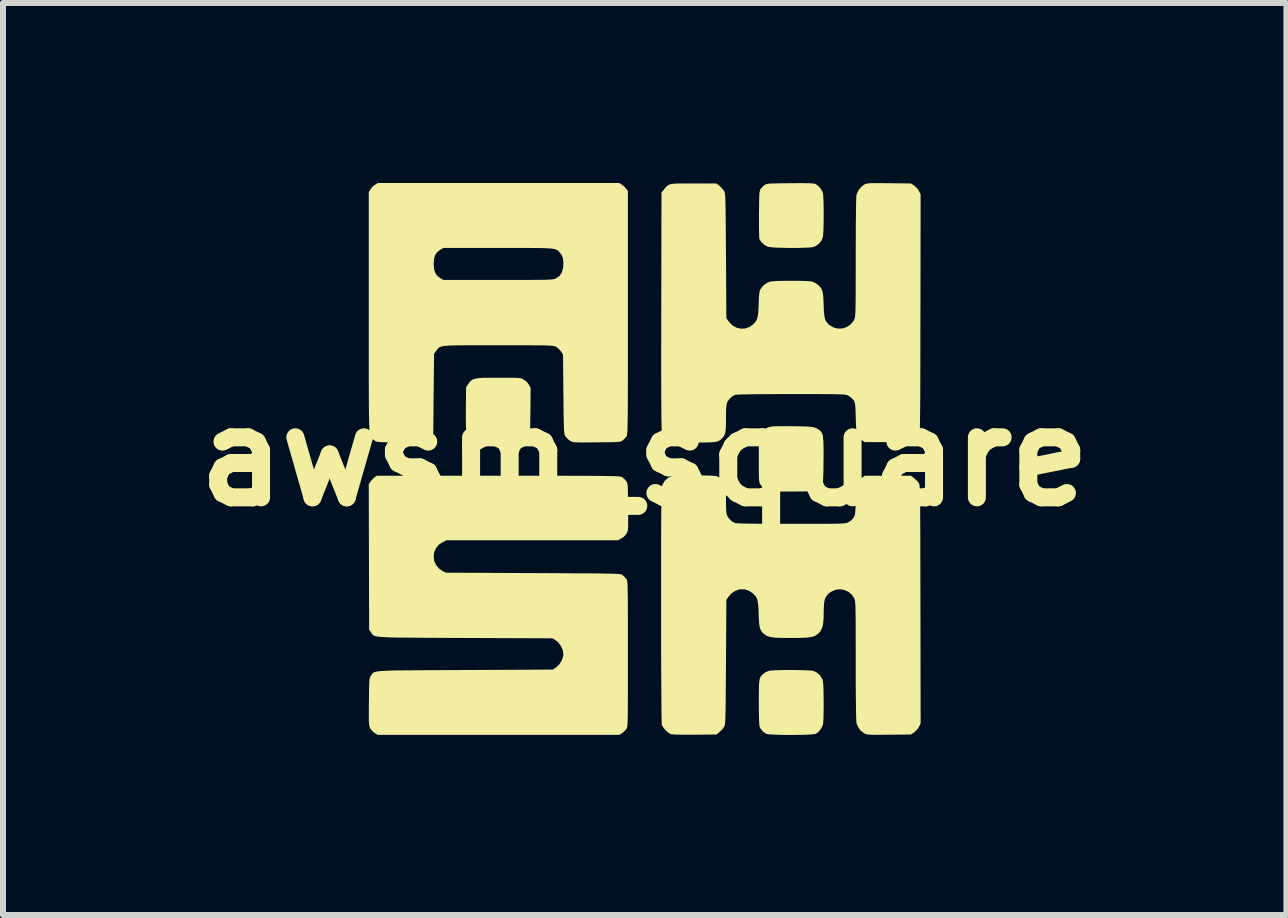
<source format=kicad_pcb>
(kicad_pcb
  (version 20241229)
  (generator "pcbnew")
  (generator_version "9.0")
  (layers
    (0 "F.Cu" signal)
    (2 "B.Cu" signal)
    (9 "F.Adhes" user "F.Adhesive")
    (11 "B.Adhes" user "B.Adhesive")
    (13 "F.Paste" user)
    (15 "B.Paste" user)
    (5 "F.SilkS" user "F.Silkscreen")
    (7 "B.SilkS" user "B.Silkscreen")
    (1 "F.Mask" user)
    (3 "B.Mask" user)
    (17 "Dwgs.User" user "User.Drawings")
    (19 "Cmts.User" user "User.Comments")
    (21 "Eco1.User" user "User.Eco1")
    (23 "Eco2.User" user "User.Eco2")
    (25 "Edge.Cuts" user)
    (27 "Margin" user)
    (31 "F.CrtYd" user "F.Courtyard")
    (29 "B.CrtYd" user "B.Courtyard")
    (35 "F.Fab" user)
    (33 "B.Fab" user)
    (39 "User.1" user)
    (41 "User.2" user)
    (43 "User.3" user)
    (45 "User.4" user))
  (footprint "awsm_square"
    (layer "F.Cu")
    (at 7.693 4.559)
    (property "Reference" "awsm_square" (at 0 0 0) (layer "F.SilkS") (effects (font (size 1.5 1.5) (thickness 0.3))))
    (attr board_only exclude_from_pos_files exclude_from_bom)
    (fp_poly (pts (xy -2.33 -1.315) (xy -2.246 -1.315) (xy -2.182 -1.314) (xy -2.133 -1.312) (xy -2.097 -1.309) (xy -2.071 -1.305) (xy -2.05 -1.3) (xy -2.032 -1.292) (xy -2.023 -1.288) (xy -1.965 -1.246) (xy -1.934 -1.205) (xy -1.901 -1.149) (xy -1.904 -0.76) (xy -1.906 -0.649) (xy -1.907 -0.561) (xy -1.908 -0.493) (xy -1.91 -0.442) (xy -1.913 -0.405) (xy -1.916 -0.379) (xy -1.921 -0.36) (xy -1.928 -0.346) (xy -1.936 -0.333) (xy -1.939 -0.329) (xy -1.971 -0.294) (xy -2.012 -0.264) (xy -2.02 -0.26) (xy -2.036 -0.253) (xy -2.054 -0.247) (xy -2.078 -0.242) (xy -2.109 -0.239) (xy -2.153 -0.237) (xy -2.211 -0.236) (xy -2.287 -0.235) (xy -2.385 -0.235) (xy -2.439 -0.235) (xy -2.55 -0.235) (xy -2.638 -0.236) (xy -2.706 -0.237) (xy -2.757 -0.239) (xy -2.795 -0.242) (xy -2.821 -0.247) (xy -2.841 -0.252) (xy -2.85 -0.256) (xy -2.908 -0.299) (xy -2.952 -0.359) (xy -2.97 -0.405) (xy -2.975 -0.438) (xy -2.978 -0.495) (xy -2.98 -0.575) (xy -2.981 -0.676) (xy -2.98 -0.797) (xy -2.98 -0.806) (xy -2.976 -1.155) (xy -2.94 -1.21) (xy -2.92 -1.239) (xy -2.899 -1.262) (xy -2.875 -1.279) (xy -2.845 -1.293) (xy -2.805 -1.302) (xy -2.753 -1.309) (xy -2.685 -1.313) (xy -2.599 -1.314) (xy -2.491 -1.315) (xy -2.437 -1.315)) (stroke (width 0) (type solid)) (fill yes) (layer "F.SilkS"))
    (fp_poly (pts (xy 2.476 3.556) (xy 2.564 3.557) (xy 2.646 3.559) (xy 2.716 3.562) (xy 2.771 3.565) (xy 2.805 3.57) (xy 2.807 3.57) (xy 2.87 3.599) (xy 2.924 3.647) (xy 2.96 3.707) (xy 2.969 3.732) (xy 2.973 3.764) (xy 2.977 3.817) (xy 2.98 3.886) (xy 2.981 3.967) (xy 2.982 4.055) (xy 2.983 4.145) (xy 2.982 4.233) (xy 2.98 4.314) (xy 2.978 4.383) (xy 2.974 4.437) (xy 2.97 4.469) (xy 2.969 4.471) (xy 2.942 4.53) (xy 2.899 4.584) (xy 2.852 4.618) (xy 2.827 4.624) (xy 2.78 4.629) (xy 2.716 4.633) (xy 2.638 4.636) (xy 2.551 4.637) (xy 2.459 4.638) (xy 2.366 4.638) (xy 2.276 4.637) (xy 2.194 4.634) (xy 2.123 4.631) (xy 2.068 4.627) (xy 2.033 4.621) (xy 2.025 4.619) (xy 1.97 4.581) (xy 1.927 4.527) (xy 1.916 4.503) (xy 1.911 4.478) (xy 1.908 4.428) (xy 1.905 4.357) (xy 1.903 4.265) (xy 1.902 4.155) (xy 1.902 4.095) (xy 1.902 3.98) (xy 1.903 3.889) (xy 1.904 3.817) (xy 1.908 3.762) (xy 1.913 3.72) (xy 1.922 3.689) (xy 1.933 3.665) (xy 1.948 3.646) (xy 1.967 3.628) (xy 1.98 3.617) (xy 2.02 3.59) (xy 2.065 3.571) (xy 2.068 3.57) (xy 2.098 3.565) (xy 2.15 3.562) (xy 2.218 3.559) (xy 2.298 3.557) (xy 2.386 3.556)) (stroke (width 0) (type solid)) (fill yes) (layer "F.SilkS"))
    (fp_poly (pts (xy 2.649 -4.557) (xy 2.729 -4.555) (xy 2.787 -4.553) (xy 2.825 -4.549) (xy 2.842 -4.545) (xy 2.887 -4.515) (xy 2.929 -4.47) (xy 2.961 -4.417) (xy 2.969 -4.393) (xy 2.974 -4.363) (xy 2.977 -4.311) (xy 2.98 -4.243) (xy 2.982 -4.163) (xy 2.983 -4.075) (xy 2.983 -3.985) (xy 2.982 -3.896) (xy 2.98 -3.814) (xy 2.977 -3.744) (xy 2.973 -3.689) (xy 2.969 -3.655) (xy 2.969 -3.654) (xy 2.94 -3.59) (xy 2.892 -3.537) (xy 2.832 -3.5) (xy 2.807 -3.492) (xy 2.772 -3.487) (xy 2.716 -3.483) (xy 2.645 -3.48) (xy 2.563 -3.478) (xy 2.474 -3.478) (xy 2.383 -3.478) (xy 2.294 -3.48) (xy 2.212 -3.482) (xy 2.143 -3.486) (xy 2.089 -3.491) (xy 2.056 -3.496) (xy 2.053 -3.497) (xy 1.995 -3.528) (xy 1.946 -3.572) (xy 1.915 -3.62) (xy 1.91 -3.645) (xy 1.907 -3.692) (xy 1.905 -3.764) (xy 1.904 -3.859) (xy 1.904 -3.98) (xy 1.904 -4.041) (xy 1.906 -4.152) (xy 1.907 -4.24) (xy 1.908 -4.307) (xy 1.91 -4.358) (xy 1.913 -4.395) (xy 1.917 -4.421) (xy 1.922 -4.439) (xy 1.928 -4.452) (xy 1.935 -4.463) (xy 1.966 -4.498) (xy 1.998 -4.526) (xy 2.009 -4.533) (xy 2.023 -4.539) (xy 2.042 -4.544) (xy 2.069 -4.548) (xy 2.107 -4.551) (xy 2.159 -4.552) (xy 2.228 -4.554) (xy 2.318 -4.555) (xy 2.42 -4.556) (xy 2.547 -4.557)) (stroke (width 0) (type solid)) (fill yes) (layer "F.SilkS"))
    (fp_poly (pts (xy 2.443 -0.506) (xy 2.494 -0.506) (xy 2.601 -0.504) (xy 2.684 -0.502) (xy 2.749 -0.498) (xy 2.798 -0.492) (xy 2.835 -0.484) (xy 2.863 -0.472) (xy 2.886 -0.456) (xy 2.907 -0.434) (xy 2.922 -0.417) (xy 2.94 -0.393) (xy 2.954 -0.368) (xy 2.965 -0.337) (xy 2.973 -0.298) (xy 2.978 -0.248) (xy 2.98 -0.183) (xy 2.981 -0.099) (xy 2.981 0.005) (xy 2.98 0.069) (xy 2.979 0.173) (xy 2.978 0.253) (xy 2.976 0.315) (xy 2.974 0.361) (xy 2.97 0.394) (xy 2.966 0.418) (xy 2.959 0.437) (xy 2.951 0.454) (xy 2.946 0.464) (xy 2.91 0.51) (xy 2.864 0.547) (xy 2.861 0.549) (xy 2.844 0.558) (xy 2.827 0.565) (xy 2.807 0.571) (xy 2.78 0.575) (xy 2.742 0.578) (xy 2.692 0.579) (xy 2.624 0.581) (xy 2.536 0.581) (xy 2.462 0.582) (xy 2.367 0.582) (xy 2.279 0.582) (xy 2.201 0.58) (xy 2.138 0.579) (xy 2.094 0.576) (xy 2.073 0.574) (xy 2.005 0.544) (xy 1.947 0.49) (xy 1.931 0.469) (xy 1.923 0.456) (xy 1.916 0.442) (xy 1.911 0.425) (xy 1.907 0.401) (xy 1.905 0.367) (xy 1.903 0.319) (xy 1.902 0.256) (xy 1.902 0.174) (xy 1.902 0.07) (xy 1.902 0.039) (xy 1.902 -0.072) (xy 1.902 -0.159) (xy 1.903 -0.227) (xy 1.904 -0.278) (xy 1.907 -0.315) (xy 1.91 -0.341) (xy 1.915 -0.36) (xy 1.921 -0.375) (xy 1.929 -0.388) (xy 1.931 -0.392) (xy 1.986 -0.451) (xy 2.055 -0.488) (xy 2.114 -0.502) (xy 2.146 -0.504) (xy 2.2 -0.506) (xy 2.271 -0.507) (xy 2.353 -0.507)) (stroke (width 0) (type solid)) (fill yes) (layer "F.SilkS"))
    (fp_poly (pts (xy -2.167 0.319) (xy -1.923 0.319) (xy -1.703 0.319) (xy -1.505 0.319) (xy -1.328 0.319) (xy -1.171 0.32) (xy -1.032 0.32) (xy -0.912 0.32) (xy -0.807 0.321) (xy -0.717 0.322) (xy -0.642 0.323) (xy -0.578 0.324) (xy -0.527 0.325) (xy -0.485 0.326) (xy -0.452 0.328) (xy -0.427 0.33) (xy -0.408 0.332) (xy -0.395 0.335) (xy -0.385 0.337) (xy -0.378 0.34) (xy -0.373 0.344) (xy -0.37 0.346) (xy -0.335 0.377) (xy -0.307 0.409) (xy -0.299 0.42) (xy -0.293 0.434) (xy -0.288 0.452) (xy -0.285 0.478) (xy -0.282 0.516) (xy -0.28 0.567) (xy -0.279 0.636) (xy -0.278 0.724) (xy -0.277 0.836) (xy -0.277 0.838) (xy -0.276 0.949) (xy -0.275 1.038) (xy -0.276 1.107) (xy -0.276 1.159) (xy -0.278 1.197) (xy -0.281 1.225) (xy -0.286 1.246) (xy -0.292 1.262) (xy -0.3 1.277) (xy -0.303 1.283) (xy -0.348 1.337) (xy -0.39 1.364) (xy -0.448 1.394) (xy -1.876 1.394) (xy -3.303 1.394) (xy -3.37 1.427) (xy -3.436 1.472) (xy -3.482 1.531) (xy -3.509 1.598) (xy -3.517 1.67) (xy -3.506 1.742) (xy -3.475 1.809) (xy -3.424 1.867) (xy -3.369 1.906) (xy -3.315 1.934) (xy -1.86 1.941) (xy -1.635 1.942) (xy -1.434 1.943) (xy -1.256 1.944) (xy -1.099 1.945) (xy -0.963 1.945) (xy -0.846 1.946) (xy -0.746 1.947) (xy -0.662 1.949) (xy -0.592 1.95) (xy -0.535 1.951) (xy -0.49 1.953) (xy -0.455 1.955) (xy -0.428 1.957) (xy -0.408 1.96) (xy -0.394 1.962) (xy -0.384 1.966) (xy -0.377 1.969) (xy -0.371 1.973) (xy -0.37 1.974) (xy -0.335 2.005) (xy -0.307 2.037) (xy -0.302 2.043) (xy -0.298 2.051) (xy -0.295 2.061) (xy -0.292 2.075) (xy -0.289 2.095) (xy -0.287 2.123) (xy -0.285 2.159) (xy -0.284 2.206) (xy -0.283 2.266) (xy -0.282 2.339) (xy -0.281 2.428) (xy -0.281 2.533) (xy -0.28 2.658) (xy -0.28 2.802) (xy -0.28 2.969) (xy -0.28 3.159) (xy -0.28 3.289) (xy -0.28 3.494) (xy -0.28 3.675) (xy -0.28 3.833) (xy -0.28 3.97) (xy -0.281 4.087) (xy -0.281 4.186) (xy -0.282 4.268) (xy -0.283 4.336) (xy -0.284 4.391) (xy -0.286 4.434) (xy -0.288 4.467) (xy -0.29 4.491) (xy -0.293 4.509) (xy -0.296 4.521) (xy -0.3 4.53) (xy -0.304 4.537) (xy -0.307 4.542) (xy -0.337 4.575) (xy -0.374 4.605) (xy -0.378 4.608) (xy -0.421 4.637) (xy -2.434 4.637) (xy -4.448 4.637) (xy -4.496 4.609) (xy -4.534 4.579) (xy -4.566 4.54) (xy -4.571 4.532) (xy -4.579 4.517) (xy -4.585 4.501) (xy -4.59 4.482) (xy -4.593 4.456) (xy -4.596 4.42) (xy -4.597 4.371) (xy -4.597 4.306) (xy -4.597 4.222) (xy -4.596 4.116) (xy -4.595 4.087) (xy -4.594 3.976) (xy -4.593 3.887) (xy -4.592 3.818) (xy -4.59 3.766) (xy -4.587 3.728) (xy -4.584 3.701) (xy -4.579 3.682) (xy -4.573 3.668) (xy -4.565 3.655) (xy -4.561 3.65) (xy -4.552 3.637) (xy -4.545 3.625) (xy -4.537 3.614) (xy -4.528 3.605) (xy -4.516 3.597) (xy -4.499 3.59) (xy -4.476 3.584) (xy -4.446 3.579) (xy -4.408 3.574) (xy -4.359 3.571) (xy -4.299 3.568) (xy -4.225 3.565) (xy -4.137 3.563) (xy -4.033 3.562) (xy -3.912 3.561) (xy -3.772 3.56) (xy -3.611 3.559) (xy -3.429 3.558) (xy -3.224 3.557) (xy -2.994 3.556) (xy -2.989 3.556) (xy -1.531 3.549) (xy -1.476 3.512) (xy -1.425 3.465) (xy -1.385 3.402) (xy -1.36 3.334) (xy -1.355 3.289) (xy -1.366 3.222) (xy -1.396 3.155) (xy -1.44 3.096) (xy -1.476 3.066) (xy -1.531 3.028) (xy -2.989 3.022) (xy -3.22 3.021) (xy -3.425 3.02) (xy -3.608 3.019) (xy -3.769 3.018) (xy -3.909 3.017) (xy -4.031 3.016) (xy -4.135 3.015) (xy -4.224 3.013) (xy -4.297 3.01) (xy -4.358 3.007) (xy -4.407 3.004) (xy -4.446 2.999) (xy -4.476 2.994) (xy -4.498 2.988) (xy -4.515 2.981) (xy -4.528 2.973) (xy -4.537 2.964) (xy -4.545 2.953) (xy -4.552 2.941) (xy -4.561 2.928) (xy -4.561 2.928) (xy -4.592 2.885) (xy -4.595 1.673) (xy -4.598 0.46) (xy -4.569 0.417) (xy -4.539 0.38) (xy -4.506 0.349) (xy -4.503 0.346) (xy -4.466 0.319) (xy -2.436 0.319)) (stroke (width 0) (type solid)) (fill yes) (layer "F.SilkS"))
    (fp_poly (pts (xy -0.378 -4.53) (xy -0.341 -4.5) (xy -0.31 -4.467) (xy -0.307 -4.464) (xy -0.28 -4.427) (xy -0.28 -2.397) (xy -0.28 -2.128) (xy -0.28 -1.884) (xy -0.28 -1.663) (xy -0.28 -1.465) (xy -0.28 -1.289) (xy -0.281 -1.132) (xy -0.281 -0.993) (xy -0.281 -0.872) (xy -0.282 -0.768) (xy -0.283 -0.678) (xy -0.284 -0.603) (xy -0.285 -0.539) (xy -0.286 -0.488) (xy -0.287 -0.446) (xy -0.289 -0.413) (xy -0.291 -0.388) (xy -0.293 -0.369) (xy -0.296 -0.355) (xy -0.298 -0.346) (xy -0.301 -0.339) (xy -0.305 -0.334) (xy -0.307 -0.331) (xy -0.338 -0.296) (xy -0.37 -0.268) (xy -0.381 -0.26) (xy -0.395 -0.254) (xy -0.413 -0.249) (xy -0.439 -0.246) (xy -0.477 -0.243) (xy -0.528 -0.241) (xy -0.597 -0.24) (xy -0.685 -0.239) (xy -0.797 -0.238) (xy -0.799 -0.238) (xy -0.91 -0.237) (xy -0.999 -0.236) (xy -1.068 -0.236) (xy -1.12 -0.237) (xy -1.158 -0.239) (xy -1.186 -0.242) (xy -1.206 -0.247) (xy -1.223 -0.253) (xy -1.238 -0.26) (xy -1.243 -0.264) (xy -1.282 -0.293) (xy -1.315 -0.33) (xy -1.321 -0.339) (xy -1.327 -0.35) (xy -1.332 -0.362) (xy -1.337 -0.379) (xy -1.34 -0.401) (xy -1.343 -0.432) (xy -1.346 -0.473) (xy -1.347 -0.527) (xy -1.349 -0.596) (xy -1.351 -0.682) (xy -1.352 -0.788) (xy -1.353 -0.916) (xy -1.355 -1.043) (xy -1.361 -1.702) (xy -1.396 -1.754) (xy -1.429 -1.792) (xy -1.468 -1.824) (xy -1.481 -1.831) (xy -1.491 -1.836) (xy -1.504 -1.84) (xy -1.52 -1.844) (xy -1.541 -1.847) (xy -1.57 -1.849) (xy -1.609 -1.851) (xy -1.658 -1.853) (xy -1.721 -1.854) (xy -1.799 -1.855) (xy -1.894 -1.855) (xy -2.007 -1.856) (xy -2.142 -1.856) (xy -2.298 -1.856) (xy -2.442 -1.856) (xy -2.623 -1.856) (xy -2.78 -1.856) (xy -2.914 -1.856) (xy -3.028 -1.855) (xy -3.124 -1.854) (xy -3.202 -1.853) (xy -3.266 -1.85) (xy -3.317 -1.846) (xy -3.356 -1.841) (xy -3.387 -1.835) (xy -3.409 -1.827) (xy -3.427 -1.818) (xy -3.44 -1.806) (xy -3.452 -1.793) (xy -3.463 -1.777) (xy -3.474 -1.763) (xy -3.51 -1.715) (xy -3.517 -1.049) (xy -3.523 -0.382) (xy -3.556 -0.335) (xy -3.589 -0.298) (xy -3.628 -0.266) (xy -3.636 -0.261) (xy -3.651 -0.253) (xy -3.667 -0.247) (xy -3.688 -0.243) (xy -3.717 -0.239) (xy -3.757 -0.237) (xy -3.811 -0.236) (xy -3.882 -0.235) (xy -3.974 -0.235) (xy -4.059 -0.235) (xy -4.164 -0.236) (xy -4.259 -0.237) (xy -4.34 -0.24) (xy -4.404 -0.242) (xy -4.447 -0.246) (xy -4.468 -0.249) (xy -4.502 -0.268) (xy -4.531 -0.291) (xy -4.54 -0.298) (xy -4.548 -0.305) (xy -4.555 -0.312) (xy -4.562 -0.321) (xy -4.567 -0.332) (xy -4.573 -0.347) (xy -4.577 -0.368) (xy -4.581 -0.394) (xy -4.585 -0.429) (xy -4.588 -0.472) (xy -4.59 -0.525) (xy -4.592 -0.59) (xy -4.594 -0.667) (xy -4.595 -0.758) (xy -4.596 -0.864) (xy -4.597 -0.986) (xy -4.597 -1.126) (xy -4.598 -1.284) (xy -4.598 -1.462) (xy -4.598 -1.662) (xy -4.598 -1.884) (xy -4.598 -2.129) (xy -4.598 -2.398) (xy -4.598 -3.211) (xy -3.516 -3.211) (xy -3.51 -3.126) (xy -3.49 -3.06) (xy -3.455 -3.01) (xy -3.406 -2.974) (xy -3.354 -2.944) (xy -2.443 -2.944) (xy -2.267 -2.944) (xy -2.115 -2.944) (xy -1.985 -2.944) (xy -1.875 -2.945) (xy -1.784 -2.945) (xy -1.71 -2.946) (xy -1.65 -2.947) (xy -1.603 -2.949) (xy -1.566 -2.951) (xy -1.539 -2.954) (xy -1.518 -2.957) (xy -1.503 -2.96) (xy -1.49 -2.965) (xy -1.479 -2.97) (xy -1.479 -2.97) (xy -1.42 -3.011) (xy -1.381 -3.068) (xy -1.36 -3.142) (xy -1.357 -3.173) (xy -1.356 -3.25) (xy -1.364 -3.31) (xy -1.383 -3.357) (xy -1.41 -3.395) (xy -1.424 -3.411) (xy -1.436 -3.424) (xy -1.449 -3.436) (xy -1.465 -3.446) (xy -1.486 -3.454) (xy -1.513 -3.46) (xy -1.548 -3.466) (xy -1.593 -3.47) (xy -1.65 -3.473) (xy -1.721 -3.475) (xy -1.808 -3.476) (xy -1.913 -3.477) (xy -2.037 -3.478) (xy -2.182 -3.478) (xy -2.351 -3.478) (xy -2.445 -3.478) (xy -3.354 -3.477) (xy -3.406 -3.448) (xy -3.457 -3.409) (xy -3.492 -3.358) (xy -3.511 -3.292) (xy -3.516 -3.211) (xy -4.598 -3.211) (xy -4.598 -4.406) (xy -4.57 -4.455) (xy -4.54 -4.494) (xy -4.501 -4.527) (xy -4.494 -4.531) (xy -4.445 -4.559) (xy -2.433 -4.559) (xy -0.421 -4.559)) (stroke (width 0) (type solid)) (fill yes) (layer "F.SilkS"))
    (fp_poly (pts (xy 3.963 -4.557) (xy 4.07 -4.556) (xy 4.071 -4.556) (xy 4.437 -4.552) (xy 4.49 -4.518) (xy 4.538 -4.474) (xy 4.571 -4.425) (xy 4.598 -4.368) (xy 4.595 -2.38) (xy 4.594 -2.114) (xy 4.594 -1.873) (xy 4.594 -1.656) (xy 4.593 -1.461) (xy 4.593 -1.287) (xy 4.592 -1.132) (xy 4.592 -0.997) (xy 4.591 -0.879) (xy 4.59 -0.776) (xy 4.589 -0.689) (xy 4.588 -0.616) (xy 4.587 -0.555) (xy 4.586 -0.505) (xy 4.584 -0.465) (xy 4.582 -0.433) (xy 4.58 -0.409) (xy 4.578 -0.392) (xy 4.575 -0.379) (xy 4.573 -0.37) (xy 4.569 -0.364) (xy 4.566 -0.359) (xy 4.565 -0.357) (xy 4.537 -0.326) (xy 4.501 -0.292) (xy 4.489 -0.281) (xy 4.439 -0.241) (xy 4.052 -0.241) (xy 3.665 -0.241) (xy 3.617 -0.277) (xy 3.587 -0.302) (xy 3.564 -0.326) (xy 3.548 -0.354) (xy 3.536 -0.39) (xy 3.528 -0.437) (xy 3.523 -0.501) (xy 3.519 -0.584) (xy 3.517 -0.645) (xy 3.515 -0.732) (xy 3.512 -0.797) (xy 3.509 -0.845) (xy 3.504 -0.879) (xy 3.498 -0.904) (xy 3.49 -0.923) (xy 3.481 -0.94) (xy 3.444 -0.981) (xy 3.397 -1.014) (xy 3.395 -1.015) (xy 3.384 -1.02) (xy 3.372 -1.025) (xy 3.357 -1.029) (xy 3.337 -1.032) (xy 3.311 -1.035) (xy 3.276 -1.037) (xy 3.231 -1.038) (xy 3.174 -1.04) (xy 3.102 -1.041) (xy 3.014 -1.041) (xy 2.909 -1.042) (xy 2.783 -1.042) (xy 2.635 -1.042) (xy 2.463 -1.042) (xy 2.439 -1.042) (xy 2.233 -1.042) (xy 2.052 -1.041) (xy 1.897 -1.04) (xy 1.768 -1.039) (xy 1.665 -1.037) (xy 1.586 -1.035) (xy 1.533 -1.032) (xy 1.505 -1.029) (xy 1.502 -1.028) (xy 1.451 -0.998) (xy 1.404 -0.952) (xy 1.373 -0.902) (xy 1.365 -0.875) (xy 1.36 -0.831) (xy 1.356 -0.767) (xy 1.355 -0.682) (xy 1.355 -0.64) (xy 1.354 -0.547) (xy 1.352 -0.477) (xy 1.347 -0.424) (xy 1.339 -0.385) (xy 1.326 -0.354) (xy 1.309 -0.327) (xy 1.292 -0.308) (xy 1.271 -0.287) (xy 1.251 -0.271) (xy 1.227 -0.258) (xy 1.196 -0.249) (xy 1.156 -0.242) (xy 1.102 -0.238) (xy 1.033 -0.236) (xy 0.944 -0.235) (xy 0.832 -0.235) (xy 0.824 -0.235) (xy 0.718 -0.235) (xy 0.634 -0.236) (xy 0.57 -0.237) (xy 0.521 -0.239) (xy 0.485 -0.242) (xy 0.459 -0.247) (xy 0.438 -0.253) (xy 0.423 -0.259) (xy 0.36 -0.3) (xy 0.312 -0.358) (xy 0.286 -0.414) (xy 0.284 -0.432) (xy 0.282 -0.47) (xy 0.281 -0.528) (xy 0.279 -0.608) (xy 0.278 -0.709) (xy 0.277 -0.833) (xy 0.276 -0.979) (xy 0.276 -1.148) (xy 0.275 -1.341) (xy 0.275 -1.558) (xy 0.275 -1.799) (xy 0.276 -2.065) (xy 0.276 -2.357) (xy 0.276 -2.431) (xy 0.28 -4.4) (xy 0.32 -4.449) (xy 0.343 -4.478) (xy 0.363 -4.501) (xy 0.383 -4.518) (xy 0.406 -4.531) (xy 0.436 -4.541) (xy 0.475 -4.547) (xy 0.527 -4.55) (xy 0.594 -4.552) (xy 0.681 -4.552) (xy 0.791 -4.552) (xy 0.814 -4.552) (xy 1.196 -4.552) (xy 1.246 -4.512) (xy 1.283 -4.477) (xy 1.314 -4.439) (xy 1.322 -4.427) (xy 1.327 -4.419) (xy 1.331 -4.408) (xy 1.335 -4.395) (xy 1.338 -4.377) (xy 1.34 -4.352) (xy 1.343 -4.318) (xy 1.345 -4.275) (xy 1.346 -4.219) (xy 1.348 -4.15) (xy 1.349 -4.065) (xy 1.35 -3.962) (xy 1.351 -3.841) (xy 1.352 -3.699) (xy 1.353 -3.535) (xy 1.355 -3.346) (xy 1.355 -3.345) (xy 1.361 -2.308) (xy 1.4 -2.252) (xy 1.457 -2.191) (xy 1.525 -2.151) (xy 1.599 -2.132) (xy 1.674 -2.135) (xy 1.747 -2.161) (xy 1.801 -2.199) (xy 1.833 -2.231) (xy 1.856 -2.262) (xy 1.873 -2.297) (xy 1.885 -2.342) (xy 1.892 -2.4) (xy 1.897 -2.477) (xy 1.899 -2.54) (xy 1.902 -2.623) (xy 1.906 -2.684) (xy 1.911 -2.729) (xy 1.918 -2.761) (xy 1.927 -2.786) (xy 1.929 -2.79) (xy 1.973 -2.848) (xy 2.034 -2.894) (xy 2.091 -2.916) (xy 2.122 -2.921) (xy 2.174 -2.925) (xy 2.242 -2.928) (xy 2.322 -2.929) (xy 2.408 -2.93) (xy 2.497 -2.93) (xy 2.582 -2.929) (xy 2.659 -2.927) (xy 2.724 -2.924) (xy 2.77 -2.921) (xy 2.791 -2.917) (xy 2.833 -2.899) (xy 2.875 -2.872) (xy 2.886 -2.863) (xy 2.916 -2.835) (xy 2.939 -2.807) (xy 2.955 -2.775) (xy 2.966 -2.736) (xy 2.974 -2.683) (xy 2.979 -2.613) (xy 2.982 -2.527) (xy 2.986 -2.436) (xy 2.992 -2.367) (xy 2.999 -2.315) (xy 3.011 -2.275) (xy 3.028 -2.244) (xy 3.052 -2.217) (xy 3.083 -2.19) (xy 3.149 -2.151) (xy 3.223 -2.133) (xy 3.298 -2.137) (xy 3.369 -2.16) (xy 3.431 -2.202) (xy 3.48 -2.261) (xy 3.492 -2.285) (xy 3.497 -2.296) (xy 3.501 -2.309) (xy 3.504 -2.326) (xy 3.507 -2.349) (xy 3.509 -2.379) (xy 3.511 -2.418) (xy 3.513 -2.469) (xy 3.514 -2.532) (xy 3.515 -2.611) (xy 3.516 -2.706) (xy 3.516 -2.819) (xy 3.516 -2.952) (xy 3.517 -3.108) (xy 3.517 -3.287) (xy 3.517 -3.328) (xy 3.517 -3.525) (xy 3.518 -3.704) (xy 3.518 -3.864) (xy 3.52 -4.004) (xy 3.521 -4.122) (xy 3.523 -4.218) (xy 3.525 -4.292) (xy 3.527 -4.341) (xy 3.53 -4.365) (xy 3.53 -4.365) (xy 3.563 -4.439) (xy 3.614 -4.5) (xy 3.654 -4.53) (xy 3.67 -4.538) (xy 3.686 -4.545) (xy 3.705 -4.55) (xy 3.731 -4.554) (xy 3.766 -4.556) (xy 3.814 -4.557) (xy 3.879 -4.557)) (stroke (width 0) (type solid)) (fill yes) (layer "F.SilkS"))
    (fp_poly (pts (xy 0.936 0.313) (xy 1.032 0.315) (xy 1.11 0.317) (xy 1.167 0.321) (xy 1.201 0.325) (xy 1.207 0.326) (xy 1.259 0.357) (xy 1.306 0.402) (xy 1.337 0.452) (xy 1.344 0.48) (xy 1.35 0.524) (xy 1.353 0.587) (xy 1.355 0.671) (xy 1.355 0.716) (xy 1.355 0.812) (xy 1.358 0.884) (xy 1.362 0.936) (xy 1.369 0.97) (xy 1.373 0.981) (xy 1.405 1.032) (xy 1.452 1.078) (xy 1.502 1.106) (xy 1.523 1.11) (xy 1.57 1.112) (xy 1.641 1.115) (xy 1.738 1.117) (xy 1.861 1.118) (xy 2.009 1.119) (xy 2.182 1.12) (xy 2.382 1.12) (xy 2.439 1.12) (xy 2.614 1.12) (xy 2.765 1.12) (xy 2.894 1.12) (xy 3.002 1.12) (xy 3.092 1.119) (xy 3.166 1.118) (xy 3.225 1.117) (xy 3.271 1.115) (xy 3.307 1.113) (xy 3.334 1.11) (xy 3.354 1.107) (xy 3.37 1.104) (xy 3.382 1.099) (xy 3.394 1.094) (xy 3.395 1.093) (xy 3.443 1.061) (xy 3.48 1.02) (xy 3.481 1.018) (xy 3.491 1) (xy 3.499 0.98) (xy 3.505 0.954) (xy 3.509 0.919) (xy 3.512 0.87) (xy 3.515 0.802) (xy 3.517 0.723) (xy 3.52 0.626) (xy 3.524 0.551) (xy 3.531 0.495) (xy 3.54 0.452) (xy 3.554 0.42) (xy 3.573 0.394) (xy 3.598 0.37) (xy 3.617 0.356) (xy 3.665 0.319) (xy 4.052 0.319) (xy 4.439 0.319) (xy 4.489 0.359) (xy 4.525 0.391) (xy 4.557 0.425) (xy 4.565 0.435) (xy 4.568 0.44) (xy 4.572 0.446) (xy 4.574 0.454) (xy 4.577 0.465) (xy 4.579 0.48) (xy 4.582 0.502) (xy 4.583 0.53) (xy 4.585 0.567) (xy 4.587 0.613) (xy 4.588 0.67) (xy 4.589 0.739) (xy 4.59 0.82) (xy 4.591 0.917) (xy 4.591 1.029) (xy 4.592 1.158) (xy 4.593 1.305) (xy 4.593 1.472) (xy 4.593 1.659) (xy 4.594 1.868) (xy 4.594 2.1) (xy 4.595 2.356) (xy 4.595 2.458) (xy 4.598 4.446) (xy 4.571 4.503) (xy 4.533 4.557) (xy 4.49 4.596) (xy 4.437 4.631) (xy 4.075 4.634) (xy 3.968 4.635) (xy 3.884 4.636) (xy 3.819 4.636) (xy 3.77 4.634) (xy 3.734 4.632) (xy 3.708 4.628) (xy 3.688 4.623) (xy 3.671 4.617) (xy 3.662 4.612) (xy 3.599 4.566) (xy 3.553 4.502) (xy 3.531 4.448) (xy 3.528 4.425) (xy 3.526 4.379) (xy 3.523 4.309) (xy 3.521 4.215) (xy 3.52 4.098) (xy 3.518 3.956) (xy 3.517 3.789) (xy 3.517 3.596) (xy 3.517 3.406) (xy 3.517 3.222) (xy 3.516 3.061) (xy 3.516 2.923) (xy 3.516 2.806) (xy 3.515 2.707) (xy 3.514 2.626) (xy 3.513 2.559) (xy 3.512 2.506) (xy 3.51 2.464) (xy 3.507 2.432) (xy 3.505 2.408) (xy 3.501 2.39) (xy 3.498 2.377) (xy 3.493 2.365) (xy 3.492 2.363) (xy 3.45 2.298) (xy 3.391 2.25) (xy 3.323 2.221) (xy 3.248 2.21) (xy 3.174 2.221) (xy 3.104 2.253) (xy 3.081 2.269) (xy 3.045 2.303) (xy 3.019 2.339) (xy 3.001 2.382) (xy 2.99 2.436) (xy 2.985 2.507) (xy 2.983 2.593) (xy 2.981 2.694) (xy 2.975 2.773) (xy 2.963 2.835) (xy 2.944 2.883) (xy 2.919 2.922) (xy 2.9 2.942) (xy 2.873 2.965) (xy 2.844 2.984) (xy 2.808 2.998) (xy 2.764 3.008) (xy 2.707 3.015) (xy 2.635 3.019) (xy 2.543 3.021) (xy 2.437 3.022) (xy 2.327 3.021) (xy 2.239 3.02) (xy 2.17 3.016) (xy 2.117 3.01) (xy 2.076 3.001) (xy 2.042 2.99) (xy 2.014 2.974) (xy 1.996 2.961) (xy 1.965 2.935) (xy 1.942 2.906) (xy 1.925 2.87) (xy 1.913 2.824) (xy 1.906 2.762) (xy 1.901 2.681) (xy 1.899 2.625) (xy 1.896 2.532) (xy 1.89 2.461) (xy 1.882 2.407) (xy 1.87 2.366) (xy 1.852 2.332) (xy 1.827 2.302) (xy 1.801 2.278) (xy 1.734 2.233) (xy 1.66 2.211) (xy 1.584 2.212) (xy 1.512 2.235) (xy 1.446 2.279) (xy 1.4 2.33) (xy 1.361 2.386) (xy 1.355 3.424) (xy 1.353 3.612) (xy 1.352 3.777) (xy 1.351 3.919) (xy 1.35 4.04) (xy 1.349 4.143) (xy 1.348 4.227) (xy 1.346 4.297) (xy 1.345 4.353) (xy 1.343 4.396) (xy 1.34 4.43) (xy 1.338 4.455) (xy 1.335 4.473) (xy 1.331 4.487) (xy 1.327 4.497) (xy 1.322 4.505) (xy 1.322 4.505) (xy 1.295 4.542) (xy 1.259 4.579) (xy 1.246 4.59) (xy 1.196 4.631) (xy 0.829 4.634) (xy 0.714 4.634) (xy 0.621 4.634) (xy 0.55 4.633) (xy 0.497 4.631) (xy 0.459 4.627) (xy 0.434 4.623) (xy 0.423 4.619) (xy 0.385 4.594) (xy 0.343 4.554) (xy 0.307 4.51) (xy 0.286 4.472) (xy 0.284 4.455) (xy 0.283 4.413) (xy 0.281 4.346) (xy 0.28 4.257) (xy 0.279 4.145) (xy 0.278 4.012) (xy 0.277 3.859) (xy 0.276 3.686) (xy 0.275 3.495) (xy 0.274 3.287) (xy 0.274 3.063) (xy 0.274 2.823) (xy 0.274 2.568) (xy 0.274 2.48) (xy 0.274 2.213) (xy 0.274 1.972) (xy 0.274 1.753) (xy 0.274 1.557) (xy 0.274 1.383) (xy 0.275 1.228) (xy 0.275 1.092) (xy 0.276 0.973) (xy 0.277 0.871) (xy 0.278 0.783) (xy 0.279 0.71) (xy 0.28 0.649) (xy 0.281 0.599) (xy 0.283 0.559) (xy 0.285 0.529) (xy 0.287 0.505) (xy 0.289 0.489) (xy 0.292 0.477) (xy 0.294 0.472) (xy 0.333 0.404) (xy 0.39 0.355) (xy 0.423 0.337) (xy 0.442 0.33) (xy 0.463 0.324) (xy 0.49 0.32) (xy 0.528 0.317) (xy 0.578 0.315) (xy 0.645 0.314) (xy 0.732 0.313) (xy 0.823 0.313)) (stroke (width 0) (type solid)) (fill yes) (layer "F.SilkS")))
  (gr_rect
    (start -3 -3)
    (end 18.386 12.197)
    (stroke (width 0.1) (type default))
    (fill no)
    (layer "Edge.Cuts")))
</source>
